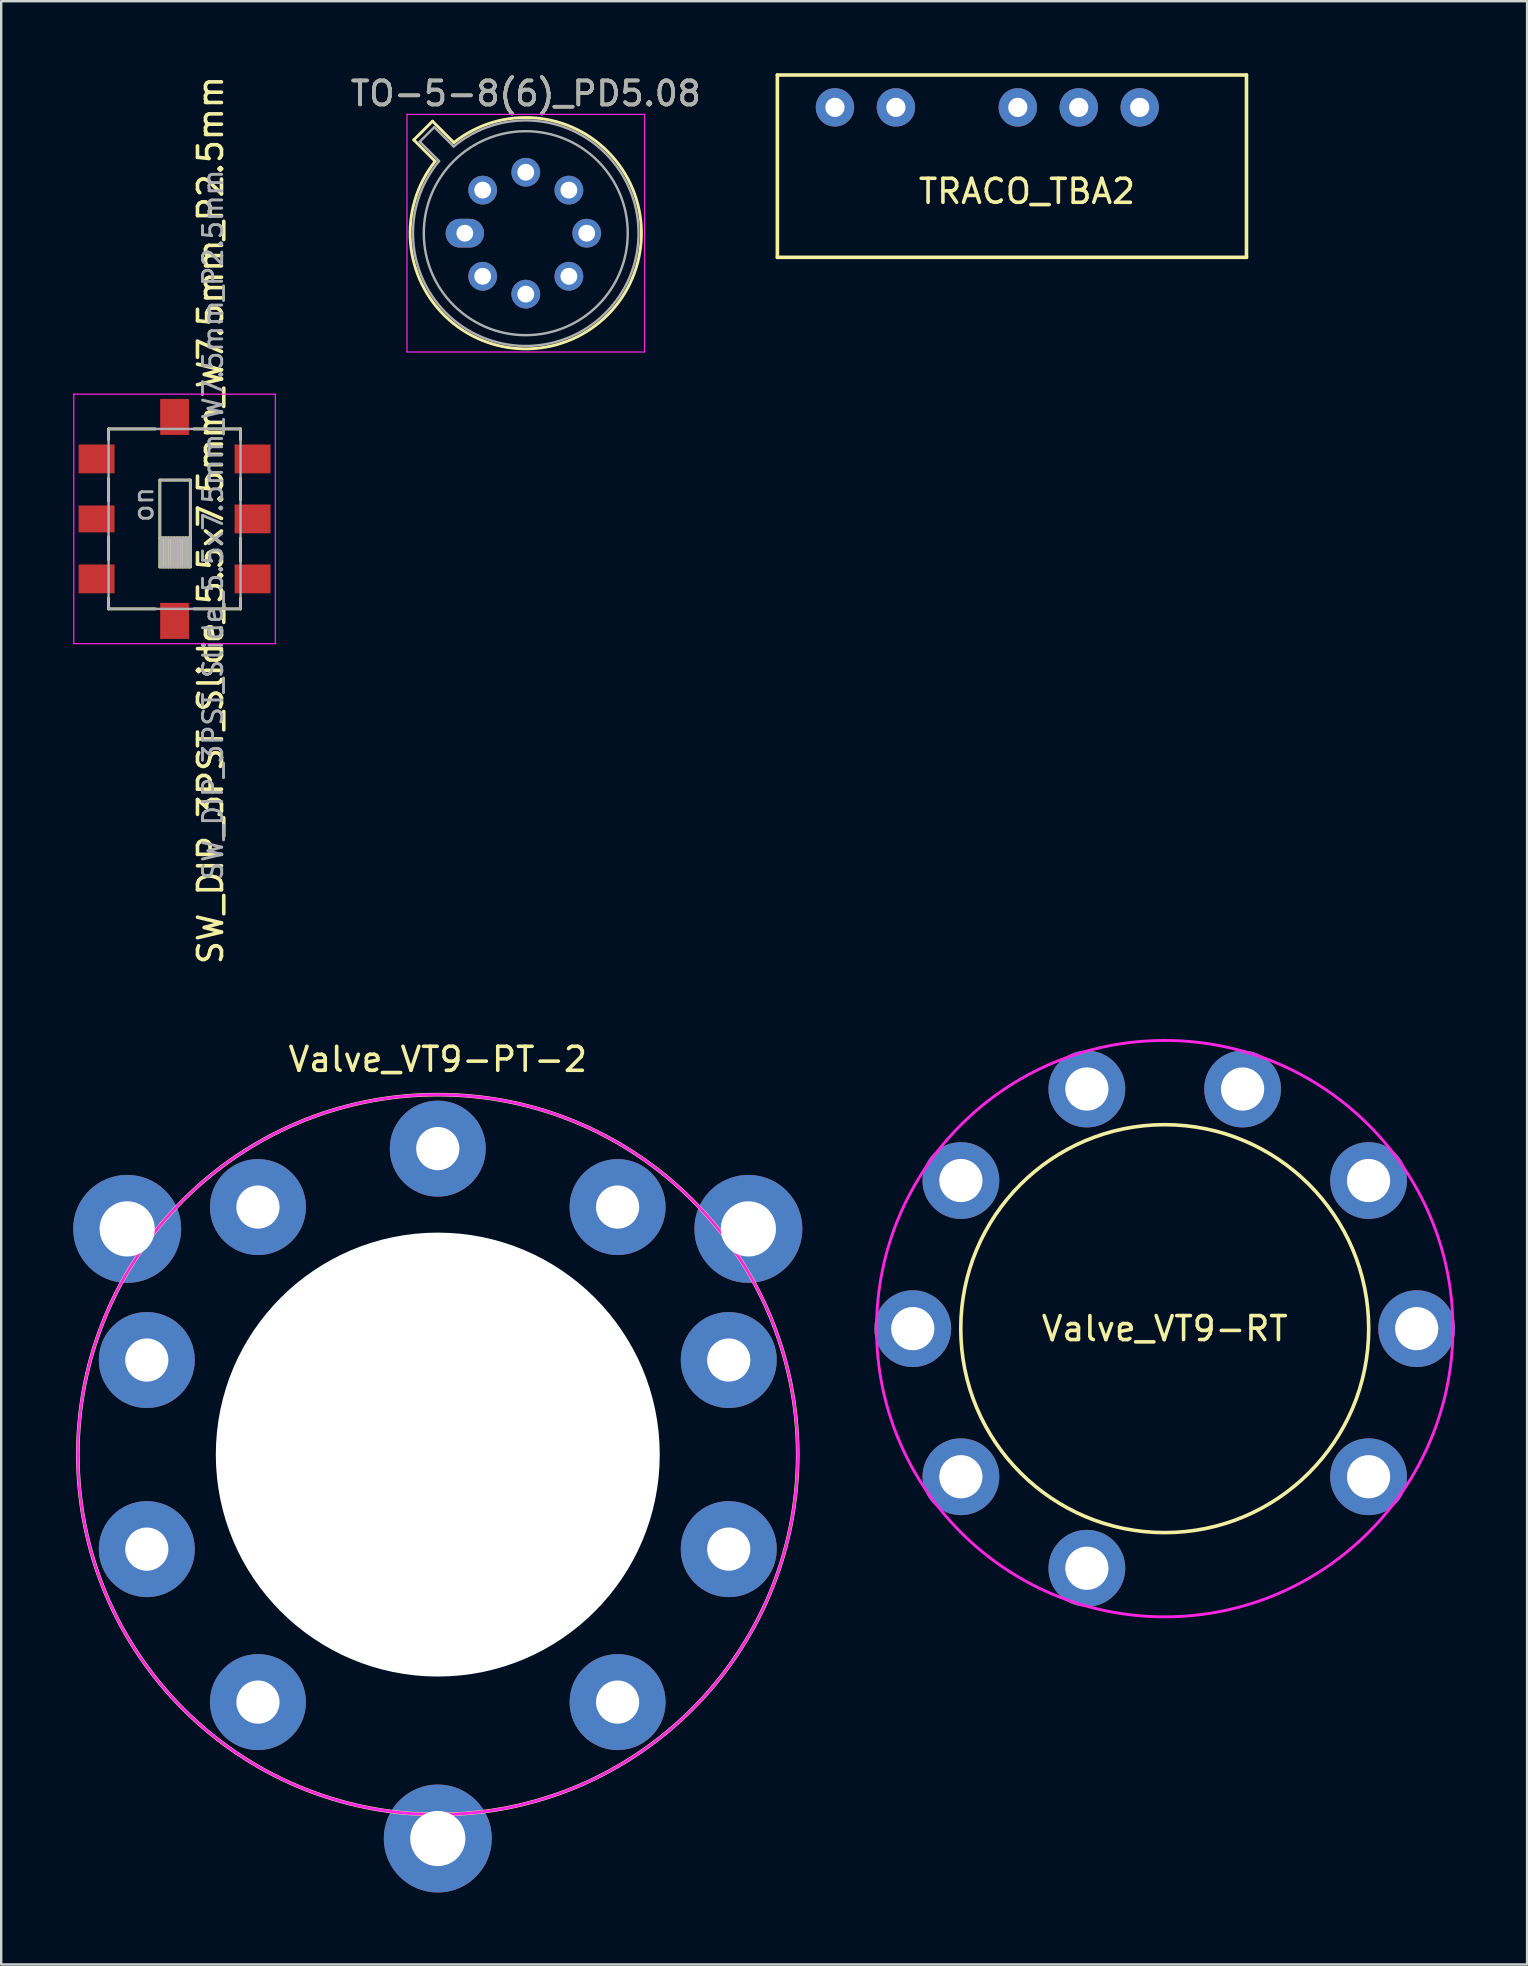
<source format=kicad_pcb>
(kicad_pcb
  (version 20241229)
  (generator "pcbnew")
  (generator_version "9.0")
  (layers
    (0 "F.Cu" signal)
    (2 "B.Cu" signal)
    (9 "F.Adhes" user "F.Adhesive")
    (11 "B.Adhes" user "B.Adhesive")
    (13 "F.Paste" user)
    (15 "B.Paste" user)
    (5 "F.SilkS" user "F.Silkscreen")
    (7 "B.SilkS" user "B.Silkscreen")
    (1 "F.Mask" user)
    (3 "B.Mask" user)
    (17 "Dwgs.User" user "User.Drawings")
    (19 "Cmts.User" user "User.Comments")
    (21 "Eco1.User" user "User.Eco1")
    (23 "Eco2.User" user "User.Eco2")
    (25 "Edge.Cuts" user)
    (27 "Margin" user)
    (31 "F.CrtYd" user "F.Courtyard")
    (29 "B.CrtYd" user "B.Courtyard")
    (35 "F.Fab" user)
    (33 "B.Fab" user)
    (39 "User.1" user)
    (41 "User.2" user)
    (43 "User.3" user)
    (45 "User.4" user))
  (footprint "Valve_VT9-PT-2"
    (layer "F.Cu")
    (at 15.194 57.568)
    (property "Reference" "Valve_VT9-PT-2" (at 0 -16.47 0) (layer "F.SilkS") (effects (font (size 1 1) (thickness 0.15))))
    (attr through_hole)
    (fp_circle (center 0 0) (end 15 0) (stroke (width 0.15) (type solid)) (fill no) (layer "F.SilkS"))
    (fp_circle (center 0 0) (end 15 0) (stroke (width 0.12) (type solid)) (fill no) (layer "F.CrtYd"))
    (pad "" np_thru_hole circle (at 0 0 198) (size 18.5 18.5) (drill 18.5) (layers "*.Cu" "*.Mask"))
    (pad "0" thru_hole circle (at -12.944 -9.405 36) (size 4.5 4.5) (drill 2.3) (layers "*.Cu" "*.Mask"))
    (pad "0" thru_hole circle (at 0 16 162) (size 4.5 4.5) (drill 2.3) (layers "*.Cu" "*.Mask"))
    (pad "0" thru_hole circle (at 12.944 -9.405 288) (size 4.5 4.5) (drill 2.3) (layers "*.Cu" "*.Mask"))
    (pad "1" thru_hole circle (at 7.494 10.315 198) (size 4 4) (drill 1.8) (layers "*.Cu" "*.Mask"))
    (pad "2" thru_hole circle (at 12.126 3.94 198) (size 4 4) (drill 1.8) (layers "*.Cu" "*.Mask"))
    (pad "3" thru_hole circle (at 12.126 -3.94 198) (size 4 4) (drill 1.8) (layers "*.Cu" "*.Mask"))
    (pad "4" thru_hole circle (at 7.494 -10.315 198) (size 4 4) (drill 1.8) (layers "*.Cu" "*.Mask"))
    (pad "5" thru_hole circle (at 0 -12.75 198) (size 4 4) (drill 1.8) (layers "*.Cu" "*.Mask"))
    (pad "6" thru_hole circle (at -7.494 -10.315 198) (size 4 4) (drill 1.8) (layers "*.Cu" "*.Mask"))
    (pad "7" thru_hole circle (at -12.126 -3.94 198) (size 4 4) (drill 1.8) (layers "*.Cu" "*.Mask"))
    (pad "8" thru_hole circle (at -12.126 3.94 198) (size 4 4) (drill 1.8) (layers "*.Cu" "*.Mask"))
    (pad "9" thru_hole circle (at -7.494 10.315 198) (size 4 4) (drill 1.8) (layers "*.Cu" "*.Mask")))
  (footprint "SW_DIP_3PST_Slide_5.5x7.5mm_W7.5mm_P2.5mm"
    (layer "F.Cu")
    (at 4.225 18.575)
    (property "Reference" "SW_DIP_3PST_Slide_5.5x7.5mm_W7.5mm_P2.5mm" (at 1.5 0.05 90) (layer "F.SilkS") (effects (font (size 1 1) (thickness 0.15))))
    (attr smd)
    (fp_line (start -2.75 -3.75) (end -2.75 -3.3) (stroke (width 0.12) (type solid)) (layer "F.SilkS"))
    (fp_line (start -2.75 -1.69) (end -2.75 -0.75) (stroke (width 0.12) (type solid)) (layer "F.SilkS"))
    (fp_line (start -2.75 0.75) (end -2.75 1.7) (stroke (width 0.12) (type solid)) (layer "F.SilkS"))
    (fp_line (start -2.75 3.3) (end -2.75 3.75) (stroke (width 0.12) (type solid)) (layer "F.SilkS"))
    (fp_line (start -2.75 3.75) (end -0.8 3.75) (stroke (width 0.12) (type solid)) (layer "F.SilkS"))
    (fp_line (start -0.8 -3.75) (end -2.75 -3.75) (stroke (width 0.12) (type solid)) (layer "F.SilkS"))
    (fp_line (start -0.613 -1.619) (end -0.613 2.001) (stroke (width 0.12) (type solid)) (layer "F.SilkS"))
    (fp_line (start -0.613 0.795) (end 0.657 0.795) (stroke (width 0.12) (type solid)) (layer "F.SilkS"))
    (fp_line (start -0.613 2.001) (end 0.657 2.001) (stroke (width 0.12) (type solid)) (layer "F.SilkS"))
    (fp_line (start -0.493 2.001) (end -0.493 0.795) (stroke (width 0.12) (type solid)) (layer "F.SilkS"))
    (fp_line (start -0.373 2.001) (end -0.373 0.795) (stroke (width 0.12) (type solid)) (layer "F.SilkS"))
    (fp_line (start -0.253 2.001) (end -0.253 0.795) (stroke (width 0.12) (type solid)) (layer "F.SilkS"))
    (fp_line (start -0.133 2.001) (end -0.133 0.795) (stroke (width 0.12) (type solid)) (layer "F.SilkS"))
    (fp_line (start -0.013 2.001) (end -0.013 0.795) (stroke (width 0.12) (type solid)) (layer "F.SilkS"))
    (fp_line (start 0.107 2.001) (end 0.107 0.795) (stroke (width 0.12) (type solid)) (layer "F.SilkS"))
    (fp_line (start 0.227 2.001) (end 0.227 0.795) (stroke (width 0.12) (type solid)) (layer "F.SilkS"))
    (fp_line (start 0.347 2.001) (end 0.347 0.795) (stroke (width 0.12) (type solid)) (layer "F.SilkS"))
    (fp_line (start 0.467 2.001) (end 0.467 0.795) (stroke (width 0.12) (type solid)) (layer "F.SilkS"))
    (fp_line (start 0.587 2.001) (end 0.587 0.795) (stroke (width 0.12) (type solid)) (layer "F.SilkS"))
    (fp_line (start 0.657 -1.619) (end -0.613 -1.619) (stroke (width 0.12) (type solid)) (layer "F.SilkS"))
    (fp_line (start 0.657 2.001) (end 0.657 -1.619) (stroke (width 0.12) (type solid)) (layer "F.SilkS"))
    (fp_line (start 0.8 3.75) (end 2.75 3.75) (stroke (width 0.12) (type solid)) (layer "F.SilkS"))
    (fp_line (start 2.75 -3.75) (end 0.8 -3.75) (stroke (width 0.12) (type solid)) (layer "F.SilkS"))
    (fp_line (start 2.75 -3.3) (end 2.75 -3.75) (stroke (width 0.12) (type solid)) (layer "F.SilkS"))
    (fp_line (start 2.75 -0.8) (end 2.75 -1.7) (stroke (width 0.12) (type solid)) (layer "F.SilkS"))
    (fp_line (start 2.75 1.75) (end 2.75 0.8) (stroke (width 0.12) (type solid)) (layer "F.SilkS"))
    (fp_line (start 2.75 3.75) (end 2.75 3.3) (stroke (width 0.12) (type solid)) (layer "F.SilkS"))
    (fp_line (start -4.2 -5.2) (end -4.2 5.2) (stroke (width 0.05) (type solid)) (layer "F.CrtYd"))
    (fp_line (start -4.2 5.2) (end 4.2 5.2) (stroke (width 0.05) (type solid)) (layer "F.CrtYd"))
    (fp_line (start 4.2 -5.2) (end -4.2 -5.2) (stroke (width 0.05) (type solid)) (layer "F.CrtYd"))
    (fp_line (start 4.2 5.2) (end 4.2 -5.2) (stroke (width 0.05) (type solid)) (layer "F.CrtYd"))
    (fp_line (start -2.75 -3.75) (end -2.75 3.75) (stroke (width 0.1) (type solid)) (layer "F.Fab"))
    (fp_line (start -2.75 -3.75) (end 2.75 -3.75) (stroke (width 0.1) (type solid)) (layer "F.Fab"))
    (fp_line (start -2.75 3.75) (end 2.75 3.75) (stroke (width 0.1) (type solid)) (layer "F.Fab"))
    (fp_line (start -0.613 -1.619) (end -0.613 2.001) (stroke (width 0.1) (type solid)) (layer "F.Fab"))
    (fp_line (start -0.613 0.795) (end 0.657 0.795) (stroke (width 0.1) (type solid)) (layer "F.Fab"))
    (fp_line (start -0.613 2.001) (end 0.657 2.001) (stroke (width 0.1) (type solid)) (layer "F.Fab"))
    (fp_line (start -0.513 2.001) (end -0.513 0.795) (stroke (width 0.1) (type solid)) (layer "F.Fab"))
    (fp_line (start -0.413 2.001) (end -0.413 0.795) (stroke (width 0.1) (type solid)) (layer "F.Fab"))
    (fp_line (start -0.313 2.001) (end -0.313 0.795) (stroke (width 0.1) (type solid)) (layer "F.Fab"))
    (fp_line (start -0.213 2.001) (end -0.213 0.795) (stroke (width 0.1) (type solid)) (layer "F.Fab"))
    (fp_line (start -0.113 2.001) (end -0.113 0.795) (stroke (width 0.1) (type solid)) (layer "F.Fab"))
    (fp_line (start -0.013 2.001) (end -0.013 0.795) (stroke (width 0.1) (type solid)) (layer "F.Fab"))
    (fp_line (start 0.087 2.001) (end 0.087 0.795) (stroke (width 0.1) (type solid)) (layer "F.Fab"))
    (fp_line (start 0.187 2.001) (end 0.187 0.795) (stroke (width 0.1) (type solid)) (layer "F.Fab"))
    (fp_line (start 0.287 2.001) (end 0.287 0.795) (stroke (width 0.1) (type solid)) (layer "F.Fab"))
    (fp_line (start 0.387 2.001) (end 0.387 0.795) (stroke (width 0.1) (type solid)) (layer "F.Fab"))
    (fp_line (start 0.487 2.001) (end 0.487 0.795) (stroke (width 0.1) (type solid)) (layer "F.Fab"))
    (fp_line (start 0.587 2.001) (end 0.587 0.795) (stroke (width 0.1) (type solid)) (layer "F.Fab"))
    (fp_line (start 0.657 -1.619) (end -0.613 -1.619) (stroke (width 0.1) (type solid)) (layer "F.Fab"))
    (fp_line (start 0.657 2.001) (end 0.657 -1.619) (stroke (width 0.1) (type solid)) (layer "F.Fab"))
    (fp_line (start 2.75 -3.75) (end 2.75 3.75) (stroke (width 0.1) (type solid)) (layer "F.Fab"))
    (fp_text user "${REFERENCE}" (at 1.6 0.25 90) (layer "F.Fab") (effects (font (size 0.8 0.8) (thickness 0.12))))
    (fp_text user "on" (at -1.3 -0.6 90) (layer "F.Fab") (effects (font (size 0.8 0.8) (thickness 0.12))))
    (pad "1" smd rect (at -3.25 2.5) (size 1.5 1.2) (layers "F.Cu" "F.Mask" "F.Paste"))
    (pad "2" smd rect (at -3.25 0) (size 1.5 1.12) (layers "F.Cu" "F.Mask" "F.Paste"))
    (pad "3" smd rect (at -3.25 -2.5) (size 1.5 1.2) (layers "F.Cu" "F.Mask" "F.Paste"))
    (pad "4" smd rect (at 3.25 2.5) (size 1.5 1.2) (layers "F.Cu" "F.Mask" "F.Paste"))
    (pad "5" smd rect (at 3.25 0) (size 1.5 1.2) (layers "F.Cu" "F.Mask" "F.Paste"))
    (pad "6" smd rect (at 3.25 -2.5) (size 1.5 1.2) (layers "F.Cu" "F.Mask" "F.Paste"))
    (pad "7" smd rect (at 0 4.25 90) (size 1.5 1.2) (layers "F.Cu" "F.Mask" "F.Paste"))
    (pad "8" smd rect (at 0 -4.25 90) (size 1.5 1.2) (layers "F.Cu" "F.Mask" "F.Paste")))
  (footprint "TRACO_TBA2"
    (layer "F.Cu")
    (at 31.746 1.425)
    (property "Reference" "TRACO_TBA2" (at 8 3.5 0) (layer "F.SilkS") (effects (font (size 1 1) (thickness 0.15))))
    (attr through_hole)
    (fp_line (start -2.4 -1.35) (end -2.4 6.25) (stroke (width 0.15) (type solid)) (layer "F.SilkS"))
    (fp_line (start -2.4 -1.35) (end 17.15 -1.35) (stroke (width 0.15) (type solid)) (layer "F.SilkS"))
    (fp_line (start -2.4 6.25) (end 17.15 6.25) (stroke (width 0.15) (type solid)) (layer "F.SilkS"))
    (fp_line (start 17.15 -1.35) (end 17.15 6.25) (stroke (width 0.15) (type solid)) (layer "F.SilkS"))
    (pad "1" thru_hole circle (at 0 0) (size 1.6 1.6) (drill 0.8) (layers "*.Cu" "*.Mask"))
    (pad "2" thru_hole circle (at 2.54 0) (size 1.6 1.6) (drill 0.8) (layers "*.Cu" "*.Mask"))
    (pad "4" thru_hole circle (at 7.62 0) (size 1.6 1.6) (drill 0.8) (layers "*.Cu" "*.Mask"))
    (pad "5" thru_hole circle (at 10.16 0) (size 1.6 1.6) (drill 0.8) (layers "*.Cu" "*.Mask"))
    (pad "6" thru_hole circle (at 12.7 0) (size 1.6 1.6) (drill 0.8) (layers "*.Cu" "*.Mask")))
  (footprint "TO-5-8(6)_PD5.08"
    (layer "F.Cu")
    (at 16.321 6.668)
    (property "Reference" "TO-5-8(6)_PD5.08" (at 2.54 -5.82 0) (layer "F.SilkS") (effects (font (size 1 1) (thickness 0.15))))
    (attr through_hole)
    (fp_line (start -2.126 -3.888) (end -1.235 -2.997) (stroke (width 0.12) (type solid)) (layer "F.SilkS"))
    (fp_line (start -1.348 -4.666) (end -2.126 -3.888) (stroke (width 0.12) (type solid)) (layer "F.SilkS"))
    (fp_line (start -0.457 -3.775) (end -1.348 -4.666) (stroke (width 0.12) (type solid)) (layer "F.SilkS"))
    (fp_arc (start -0.457084 -3.774902) (mid 5.948125 3.408384) (end -1.234674 -2.997371) (stroke (width 0.12) (type solid)) (layer "F.SilkS"))
    (fp_line (start -2.41 -4.95) (end -2.41 4.95) (stroke (width 0.05) (type solid)) (layer "F.CrtYd"))
    (fp_line (start -2.41 4.95) (end 7.49 4.95) (stroke (width 0.05) (type solid)) (layer "F.CrtYd"))
    (fp_line (start 7.49 -4.95) (end -2.41 -4.95) (stroke (width 0.05) (type solid)) (layer "F.CrtYd"))
    (fp_line (start 7.49 4.95) (end 7.49 -4.95) (stroke (width 0.05) (type solid)) (layer "F.CrtYd"))
    (fp_line (start -1.88 -3.812) (end -1.074 -3.005) (stroke (width 0.1) (type solid)) (layer "F.Fab"))
    (fp_line (start -1.272 -4.42) (end -1.88 -3.812) (stroke (width 0.1) (type solid)) (layer "F.Fab"))
    (fp_line (start -0.465 -3.614) (end -1.272 -4.42) (stroke (width 0.1) (type solid)) (layer "F.Fab"))
    (fp_arc (start -0.465408 -3.61352) (mid 5.863443 3.323361) (end -1.073594 -3.005319) (stroke (width 0.1) (type solid)) (layer "F.Fab"))
    (fp_circle (center 2.54 0) (end 6.79 0) (stroke (width 0.1) (type solid)) (fill no) (layer "F.Fab"))
    (fp_text user "${REFERENCE}" (at 2.54 -5.82 0) (layer "F.Fab") (effects (font (size 1 1) (thickness 0.15))))
    (pad "" thru_hole oval (at 0.744 -1.796) (size 1.2 1.2) (drill 0.7) (layers "*.Cu" "*.Mask"))
    (pad "" thru_hole oval (at 4.336 1.796) (size 1.2 1.2) (drill 0.7) (layers "*.Cu" "*.Mask"))
    (pad "1" thru_hole oval (at 0 0) (size 1.6 1.2) (drill 0.7) (layers "*.Cu" "*.Mask"))
    (pad "2" thru_hole oval (at 0.744 1.796) (size 1.2 1.2) (drill 0.7) (layers "*.Cu" "*.Mask"))
    (pad "3" thru_hole oval (at 2.54 2.54) (size 1.2 1.2) (drill 0.7) (layers "*.Cu" "*.Mask"))
    (pad "4" thru_hole oval (at 5.08 0) (size 1.2 1.2) (drill 0.7) (layers "*.Cu" "*.Mask"))
    (pad "5" thru_hole oval (at 4.336 -1.796) (size 1.2 1.2) (drill 0.7) (layers "*.Cu" "*.Mask"))
    (pad "6" thru_hole oval (at 2.54 -2.54) (size 1.2 1.2) (drill 0.7) (layers "*.Cu" "*.Mask")))
  (footprint "Valve_VT9-RT"
    (layer "F.Cu")
    (at 45.489 52.32)
    (property "Reference" "Valve_VT9-RT" (at 0 0 0) (layer "F.SilkS") (effects (font (size 1 1) (thickness 0.15))))
    (attr through_hole)
    (fp_circle (center 0 0) (end 8.5 0) (stroke (width 0.15) (type solid)) (fill no) (layer "F.SilkS"))
    (fp_circle (center 0 0) (end 12 -0.5) (stroke (width 0.12) (type solid)) (fill no) (layer "F.CrtYd"))
    (pad "1" thru_hole circle (at 8.495 6.172) (size 3.2 3.2) (drill 1.8) (layers "*.Cu" "*.Mask"))
    (pad "2" thru_hole circle (at 10.5 0) (size 3.2 3.2) (drill 1.8) (layers "*.Cu" "*.Mask"))
    (pad "3" thru_hole circle (at 8.495 -6.172) (size 3.2 3.2) (drill 1.8) (layers "*.Cu" "*.Mask"))
    (pad "4" thru_hole circle (at 3.245 -9.986) (size 3.2 3.2) (drill 1.8) (layers "*.Cu" "*.Mask"))
    (pad "5" thru_hole circle (at -3.245 -9.986) (size 3.2 3.2) (drill 1.8) (layers "*.Cu" "*.Mask"))
    (pad "6" thru_hole circle (at -8.495 -6.172) (size 3.2 3.2) (drill 1.8) (layers "*.Cu" "*.Mask"))
    (pad "7" thru_hole circle (at -10.5 0) (size 3.2 3.2) (drill 1.8) (layers "*.Cu" "*.Mask"))
    (pad "8" thru_hole circle (at -8.495 6.172) (size 3.2 3.2) (drill 1.8) (layers "*.Cu" "*.Mask"))
    (pad "9" thru_hole circle (at -3.245 9.986) (size 3.2 3.2) (drill 1.8) (layers "*.Cu" "*.Mask")))
  (gr_rect
    (start -3 -3)
    (end 60.589 78.818)
    (stroke (width 0.1) (type default))
    (fill no)
    (layer "Edge.Cuts")))
</source>
